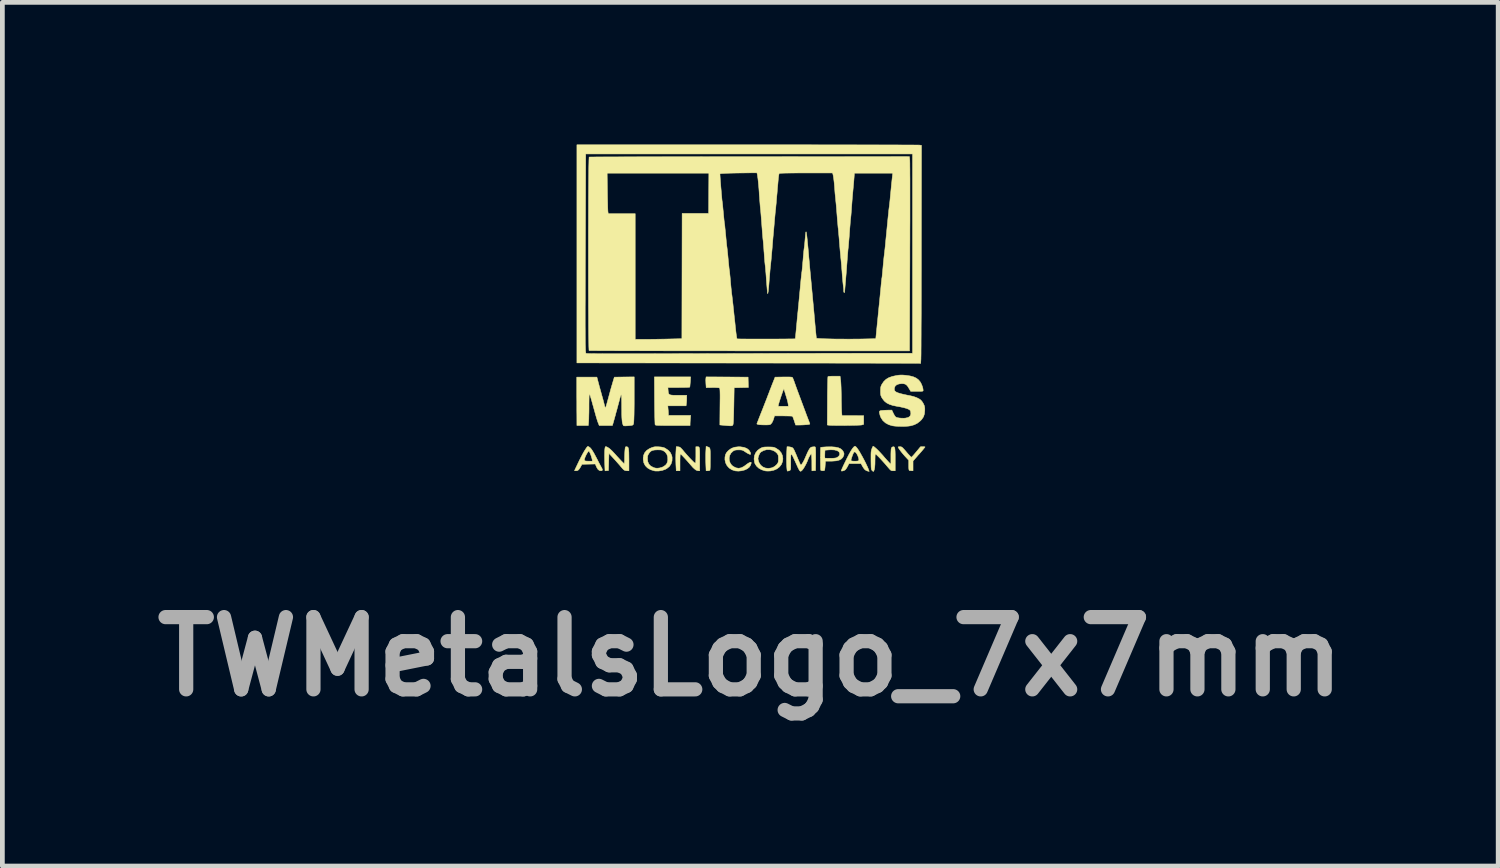
<source format=kicad_pcb>
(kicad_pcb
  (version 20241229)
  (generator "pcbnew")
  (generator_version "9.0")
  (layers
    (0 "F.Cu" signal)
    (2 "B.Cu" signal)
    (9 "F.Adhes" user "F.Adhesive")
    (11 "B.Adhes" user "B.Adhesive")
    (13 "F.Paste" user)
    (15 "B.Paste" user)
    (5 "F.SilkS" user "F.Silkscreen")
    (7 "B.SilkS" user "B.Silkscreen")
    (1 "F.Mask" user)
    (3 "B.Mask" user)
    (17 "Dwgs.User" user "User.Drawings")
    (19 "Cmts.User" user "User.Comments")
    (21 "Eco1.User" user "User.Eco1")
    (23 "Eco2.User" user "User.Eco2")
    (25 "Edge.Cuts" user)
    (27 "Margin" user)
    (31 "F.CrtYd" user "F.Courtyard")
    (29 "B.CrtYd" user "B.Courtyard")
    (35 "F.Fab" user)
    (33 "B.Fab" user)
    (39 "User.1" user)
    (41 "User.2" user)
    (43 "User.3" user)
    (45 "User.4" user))
  (footprint "TWMetalsLogo_7x7mm"
    (layer "F.Cu")
    (at 8.97 6.995)
    (property "Reference" "TWMetalsLogo_7x7mm" (at 3.81 3.81 0) (layer "F.Fab") (effects (font (size 1.524 1.524) (thickness 0.3))))
    (attr through_hole)
    (fp_poly (pts (xy 2.91 -0.617) (xy 2.928 -0.611) (xy 2.942 -0.604) (xy 2.952 -0.594) (xy 2.959 -0.579) (xy 2.963 -0.554) (xy 2.966 -0.519) (xy 2.967 -0.47) (xy 2.967 -0.405) (xy 2.967 -0.365) (xy 2.966 -0.3) (xy 2.966 -0.24) (xy 2.965 -0.19) (xy 2.963 -0.153) (xy 2.961 -0.131) (xy 2.961 -0.128) (xy 2.945 -0.115) (xy 2.916 -0.112) (xy 2.878 -0.112) (xy 2.872 -0.256) (xy 2.87 -0.321) (xy 2.87 -0.392) (xy 2.87 -0.459) (xy 2.872 -0.514) (xy 2.878 -0.628) (xy 2.91 -0.617)) (stroke (width 0.01) (type solid)) (fill yes) (layer "F.SilkS"))
    (fp_poly (pts (xy 3.321 -2.091) (xy 3.764 -2.088) (xy 3.767 -1.979) (xy 3.77 -1.87) (xy 3.62 -1.867) (xy 3.47 -1.864) (xy 3.464 -1.494) (xy 3.462 -1.406) (xy 3.46 -1.325) (xy 3.458 -1.252) (xy 3.456 -1.189) (xy 3.453 -1.14) (xy 3.45 -1.107) (xy 3.448 -1.092) (xy 3.441 -1.075) (xy 3.429 -1.065) (xy 3.41 -1.061) (xy 3.377 -1.061) (xy 3.343 -1.063) (xy 3.307 -1.066) (xy 3.262 -1.07) (xy 3.232 -1.073) (xy 3.168 -1.079) (xy 3.171 -1.464) (xy 3.172 -1.564) (xy 3.173 -1.646) (xy 3.173 -1.711) (xy 3.172 -1.762) (xy 3.171 -1.799) (xy 3.169 -1.826) (xy 3.167 -1.844) (xy 3.164 -1.854) (xy 3.16 -1.86) (xy 3.16 -1.86) (xy 3.144 -1.864) (xy 3.112 -1.866) (xy 3.069 -1.868) (xy 3.018 -1.868) (xy 3.012 -1.868) (xy 2.88 -1.866) (xy 2.874 -1.946) (xy 2.872 -1.99) (xy 2.871 -2.029) (xy 2.873 -2.058) (xy 2.873 -2.06) (xy 2.878 -2.093) (xy 3.321 -2.091)) (stroke (width 0.01) (type solid)) (fill yes) (layer "F.SilkS"))
    (fp_poly (pts (xy 5.717 -2.022) (xy 5.72 -1.987) (xy 5.723 -1.937) (xy 5.726 -1.873) (xy 5.728 -1.802) (xy 5.73 -1.726) (xy 5.731 -1.671) (xy 5.731 -1.596) (xy 5.733 -1.524) (xy 5.734 -1.458) (xy 5.736 -1.403) (xy 5.738 -1.362) (xy 5.739 -1.342) (xy 5.745 -1.276) (xy 5.974 -1.276) (xy 6.203 -1.275) (xy 6.203 -1.092) (xy 6.167 -1.08) (xy 6.15 -1.077) (xy 6.115 -1.075) (xy 6.066 -1.073) (xy 6.005 -1.071) (xy 5.937 -1.07) (xy 5.863 -1.069) (xy 5.788 -1.068) (xy 5.713 -1.068) (xy 5.643 -1.068) (xy 5.579 -1.069) (xy 5.526 -1.07) (xy 5.486 -1.072) (xy 5.463 -1.074) (xy 5.435 -1.078) (xy 5.438 -1.585) (xy 5.438 -1.684) (xy 5.439 -1.778) (xy 5.441 -1.863) (xy 5.442 -1.939) (xy 5.444 -2.002) (xy 5.445 -2.051) (xy 5.447 -2.084) (xy 5.449 -2.099) (xy 5.449 -2.1) (xy 5.462 -2.103) (xy 5.491 -2.106) (xy 5.532 -2.108) (xy 5.58 -2.108) (xy 5.705 -2.108) (xy 5.717 -2.022)) (stroke (width 0.01) (type solid)) (fill yes) (layer "F.SilkS"))
    (fp_poly (pts (xy 6.986 -0.619) (xy 7 -0.615) (xy 7.015 -0.606) (xy 7.033 -0.589) (xy 7.058 -0.562) (xy 7.093 -0.522) (xy 7.104 -0.509) (xy 7.138 -0.469) (xy 7.169 -0.436) (xy 7.192 -0.411) (xy 7.206 -0.399) (xy 7.209 -0.398) (xy 7.218 -0.405) (xy 7.238 -0.425) (xy 7.266 -0.456) (xy 7.298 -0.494) (xy 7.31 -0.508) (xy 7.402 -0.619) (xy 7.45 -0.62) (xy 7.478 -0.619) (xy 7.495 -0.617) (xy 7.498 -0.615) (xy 7.492 -0.606) (xy 7.476 -0.586) (xy 7.454 -0.559) (xy 7.428 -0.528) (xy 7.403 -0.499) (xy 7.382 -0.475) (xy 7.368 -0.459) (xy 7.366 -0.457) (xy 7.357 -0.448) (xy 7.339 -0.427) (xy 7.314 -0.398) (xy 7.302 -0.385) (xy 7.244 -0.318) (xy 7.244 -0.112) (xy 7.211 -0.113) (xy 7.184 -0.115) (xy 7.165 -0.118) (xy 7.165 -0.118) (xy 7.159 -0.129) (xy 7.155 -0.154) (xy 7.153 -0.197) (xy 7.153 -0.229) (xy 7.153 -0.334) (xy 7.075 -0.418) (xy 7.04 -0.458) (xy 7.006 -0.499) (xy 6.975 -0.539) (xy 6.95 -0.574) (xy 6.934 -0.601) (xy 6.929 -0.614) (xy 6.938 -0.618) (xy 6.961 -0.62) (xy 6.969 -0.62) (xy 6.986 -0.619)) (stroke (width 0.01) (type solid)) (fill yes) (layer "F.SilkS"))
    (fp_poly (pts (xy 2.289 -0.618) (xy 2.307 -0.615) (xy 2.323 -0.61) (xy 2.339 -0.598) (xy 2.359 -0.578) (xy 2.387 -0.547) (xy 2.415 -0.513) (xy 2.464 -0.456) (xy 2.512 -0.403) (xy 2.555 -0.357) (xy 2.593 -0.319) (xy 2.622 -0.291) (xy 2.643 -0.276) (xy 2.648 -0.274) (xy 2.654 -0.278) (xy 2.657 -0.292) (xy 2.66 -0.317) (xy 2.661 -0.357) (xy 2.662 -0.414) (xy 2.662 -0.447) (xy 2.662 -0.62) (xy 2.686 -0.62) (xy 2.704 -0.62) (xy 2.717 -0.618) (xy 2.727 -0.612) (xy 2.734 -0.6) (xy 2.739 -0.58) (xy 2.741 -0.548) (xy 2.743 -0.503) (xy 2.743 -0.443) (xy 2.743 -0.365) (xy 2.743 -0.112) (xy 2.715 -0.112) (xy 2.69 -0.116) (xy 2.663 -0.128) (xy 2.633 -0.151) (xy 2.596 -0.186) (xy 2.552 -0.236) (xy 2.535 -0.256) (xy 2.484 -0.315) (xy 2.438 -0.366) (xy 2.398 -0.409) (xy 2.366 -0.442) (xy 2.344 -0.462) (xy 2.335 -0.467) (xy 2.332 -0.458) (xy 2.33 -0.431) (xy 2.328 -0.391) (xy 2.327 -0.339) (xy 2.327 -0.29) (xy 2.327 -0.112) (xy 2.248 -0.112) (xy 2.241 -0.243) (xy 2.239 -0.309) (xy 2.238 -0.382) (xy 2.239 -0.454) (xy 2.241 -0.498) (xy 2.248 -0.621) (xy 2.289 -0.618)) (stroke (width 0.01) (type solid)) (fill yes) (layer "F.SilkS"))
    (fp_poly (pts (xy 0.767 -0.622) (xy 0.8 -0.608) (xy 0.842 -0.579) (xy 0.891 -0.534) (xy 0.939 -0.483) (xy 0.996 -0.42) (xy 1.047 -0.365) (xy 1.088 -0.321) (xy 1.12 -0.289) (xy 1.141 -0.269) (xy 1.15 -0.264) (xy 1.153 -0.274) (xy 1.156 -0.299) (xy 1.158 -0.336) (xy 1.158 -0.364) (xy 1.159 -0.419) (xy 1.161 -0.477) (xy 1.164 -0.529) (xy 1.165 -0.542) (xy 1.169 -0.581) (xy 1.173 -0.605) (xy 1.179 -0.616) (xy 1.189 -0.62) (xy 1.195 -0.62) (xy 1.211 -0.618) (xy 1.224 -0.612) (xy 1.234 -0.599) (xy 1.24 -0.577) (xy 1.245 -0.544) (xy 1.248 -0.498) (xy 1.249 -0.436) (xy 1.25 -0.356) (xy 1.25 -0.343) (xy 1.25 -0.112) (xy 1.212 -0.112) (xy 1.184 -0.114) (xy 1.162 -0.12) (xy 1.142 -0.132) (xy 1.119 -0.154) (xy 1.089 -0.189) (xy 1.081 -0.198) (xy 1.051 -0.234) (xy 1.012 -0.278) (xy 0.969 -0.327) (xy 0.927 -0.373) (xy 0.925 -0.375) (xy 0.828 -0.48) (xy 0.818 -0.117) (xy 0.781 -0.114) (xy 0.745 -0.111) (xy 0.738 -0.297) (xy 0.737 -0.362) (xy 0.736 -0.426) (xy 0.737 -0.484) (xy 0.738 -0.53) (xy 0.74 -0.554) (xy 0.744 -0.591) (xy 0.749 -0.612) (xy 0.755 -0.621) (xy 0.766 -0.622) (xy 0.767 -0.622)) (stroke (width 0.01) (type solid)) (fill yes) (layer "F.SilkS"))
    (fp_poly (pts (xy 2.545 -1.989) (xy 2.541 -1.945) (xy 2.538 -1.908) (xy 2.535 -1.884) (xy 2.533 -1.877) (xy 2.522 -1.875) (xy 2.494 -1.873) (xy 2.451 -1.871) (xy 2.397 -1.87) (xy 2.334 -1.87) (xy 2.3 -1.869) (xy 2.072 -1.869) (xy 2.077 -1.807) (xy 2.08 -1.773) (xy 2.085 -1.747) (xy 2.095 -1.729) (xy 2.113 -1.717) (xy 2.141 -1.71) (xy 2.182 -1.706) (xy 2.239 -1.705) (xy 2.295 -1.705) (xy 2.469 -1.705) (xy 2.469 -1.641) (xy 2.468 -1.598) (xy 2.465 -1.554) (xy 2.462 -1.53) (xy 2.456 -1.483) (xy 2.07 -1.483) (xy 2.076 -1.415) (xy 2.08 -1.374) (xy 2.082 -1.336) (xy 2.083 -1.313) (xy 2.083 -1.28) (xy 2.553 -1.28) (xy 2.547 -1.212) (xy 2.543 -1.169) (xy 2.541 -1.129) (xy 2.54 -1.105) (xy 2.54 -1.067) (xy 2.175 -1.067) (xy 2.079 -1.067) (xy 2.002 -1.067) (xy 1.94 -1.068) (xy 1.893 -1.069) (xy 1.858 -1.07) (xy 1.834 -1.072) (xy 1.818 -1.074) (xy 1.809 -1.078) (xy 1.804 -1.082) (xy 1.802 -1.085) (xy 1.8 -1.098) (xy 1.799 -1.13) (xy 1.797 -1.178) (xy 1.795 -1.24) (xy 1.794 -1.314) (xy 1.792 -1.399) (xy 1.791 -1.491) (xy 1.79 -1.59) (xy 1.79 -1.598) (xy 1.787 -2.093) (xy 2.552 -2.093) (xy 2.545 -1.989)) (stroke (width 0.01) (type solid)) (fill yes) (layer "F.SilkS"))
    (fp_poly (pts (xy 3.6 -0.618) (xy 3.675 -0.607) (xy 3.736 -0.584) (xy 3.781 -0.549) (xy 3.81 -0.503) (xy 3.816 -0.482) (xy 3.819 -0.463) (xy 3.812 -0.458) (xy 3.795 -0.461) (xy 3.772 -0.471) (xy 3.74 -0.488) (xy 3.706 -0.51) (xy 3.705 -0.511) (xy 3.671 -0.533) (xy 3.646 -0.545) (xy 3.62 -0.551) (xy 3.586 -0.553) (xy 3.565 -0.553) (xy 3.523 -0.552) (xy 3.493 -0.548) (xy 3.469 -0.54) (xy 3.445 -0.525) (xy 3.404 -0.486) (xy 3.377 -0.438) (xy 3.365 -0.384) (xy 3.368 -0.329) (xy 3.386 -0.276) (xy 3.418 -0.23) (xy 3.452 -0.203) (xy 3.51 -0.174) (xy 3.566 -0.165) (xy 3.622 -0.176) (xy 3.679 -0.206) (xy 3.708 -0.228) (xy 3.748 -0.258) (xy 3.783 -0.28) (xy 3.81 -0.292) (xy 3.826 -0.292) (xy 3.827 -0.292) (xy 3.83 -0.276) (xy 3.823 -0.25) (xy 3.81 -0.219) (xy 3.791 -0.192) (xy 3.789 -0.188) (xy 3.747 -0.155) (xy 3.692 -0.129) (xy 3.627 -0.112) (xy 3.559 -0.105) (xy 3.492 -0.11) (xy 3.49 -0.111) (xy 3.423 -0.133) (xy 3.365 -0.17) (xy 3.32 -0.22) (xy 3.289 -0.28) (xy 3.275 -0.346) (xy 3.276 -0.399) (xy 3.286 -0.449) (xy 3.305 -0.489) (xy 3.335 -0.525) (xy 3.357 -0.546) (xy 3.413 -0.585) (xy 3.477 -0.609) (xy 3.552 -0.618) (xy 3.6 -0.618)) (stroke (width 0.01) (type solid)) (fill yes) (layer "F.SilkS"))
    (fp_poly (pts (xy 1.857 -0.618) (xy 1.874 -0.618) (xy 1.926 -0.614) (xy 1.964 -0.607) (xy 1.997 -0.597) (xy 2.017 -0.587) (xy 2.079 -0.545) (xy 2.125 -0.494) (xy 2.153 -0.434) (xy 2.161 -0.393) (xy 2.159 -0.321) (xy 2.139 -0.257) (xy 2.102 -0.202) (xy 2.047 -0.158) (xy 2.019 -0.143) (xy 1.951 -0.119) (xy 1.878 -0.107) (xy 1.808 -0.107) (xy 1.783 -0.111) (xy 1.704 -0.136) (xy 1.641 -0.173) (xy 1.594 -0.221) (xy 1.564 -0.28) (xy 1.551 -0.349) (xy 1.551 -0.366) (xy 1.641 -0.366) (xy 1.648 -0.303) (xy 1.67 -0.253) (xy 1.707 -0.214) (xy 1.762 -0.184) (xy 1.798 -0.171) (xy 1.842 -0.166) (xy 1.894 -0.171) (xy 1.946 -0.185) (xy 1.98 -0.201) (xy 2.023 -0.232) (xy 2.05 -0.266) (xy 2.065 -0.309) (xy 2.07 -0.342) (xy 2.067 -0.408) (xy 2.048 -0.464) (xy 2.012 -0.509) (xy 1.99 -0.525) (xy 1.968 -0.539) (xy 1.947 -0.547) (xy 1.921 -0.552) (xy 1.885 -0.553) (xy 1.855 -0.554) (xy 1.795 -0.551) (xy 1.75 -0.543) (xy 1.716 -0.527) (xy 1.688 -0.501) (xy 1.669 -0.475) (xy 1.653 -0.447) (xy 1.644 -0.42) (xy 1.641 -0.384) (xy 1.641 -0.366) (xy 1.551 -0.366) (xy 1.558 -0.435) (xy 1.582 -0.492) (xy 1.623 -0.54) (xy 1.681 -0.579) (xy 1.717 -0.595) (xy 1.752 -0.608) (xy 1.782 -0.616) (xy 1.814 -0.619) (xy 1.857 -0.618)) (stroke (width 0.01) (type solid)) (fill yes) (layer "F.SilkS"))
    (fp_poly (pts (xy 6.037 -0.621) (xy 6.061 -0.594) (xy 6.091 -0.552) (xy 6.126 -0.495) (xy 6.166 -0.424) (xy 6.173 -0.412) (xy 6.214 -0.335) (xy 6.246 -0.272) (xy 6.27 -0.221) (xy 6.289 -0.179) (xy 6.304 -0.142) (xy 6.305 -0.138) (xy 6.32 -0.099) (xy 6.289 -0.105) (xy 6.253 -0.118) (xy 6.222 -0.142) (xy 6.193 -0.181) (xy 6.179 -0.205) (xy 6.146 -0.264) (xy 5.893 -0.264) (xy 5.862 -0.203) (xy 5.843 -0.17) (xy 5.823 -0.142) (xy 5.809 -0.128) (xy 5.784 -0.116) (xy 5.758 -0.108) (xy 5.738 -0.106) (xy 5.73 -0.11) (xy 5.733 -0.123) (xy 5.741 -0.145) (xy 5.756 -0.179) (xy 5.777 -0.225) (xy 5.807 -0.287) (xy 5.827 -0.328) (xy 5.934 -0.328) (xy 5.943 -0.322) (xy 5.966 -0.317) (xy 5.998 -0.315) (xy 6.033 -0.315) (xy 6.065 -0.317) (xy 6.089 -0.321) (xy 6.094 -0.324) (xy 6.101 -0.339) (xy 6.099 -0.367) (xy 6.089 -0.401) (xy 6.075 -0.437) (xy 6.057 -0.47) (xy 6.038 -0.496) (xy 6.022 -0.507) (xy 6.007 -0.51) (xy 5.996 -0.501) (xy 5.983 -0.478) (xy 5.981 -0.474) (xy 5.966 -0.438) (xy 5.952 -0.398) (xy 5.941 -0.362) (xy 5.934 -0.334) (xy 5.934 -0.328) (xy 5.827 -0.328) (xy 5.845 -0.365) (xy 5.85 -0.376) (xy 5.895 -0.463) (xy 5.934 -0.532) (xy 5.967 -0.583) (xy 5.995 -0.616) (xy 6.016 -0.629) (xy 6.02 -0.63) (xy 6.037 -0.621)) (stroke (width 0.01) (type solid)) (fill yes) (layer "F.SilkS"))
    (fp_poly (pts (xy 0.397 -0.623) (xy 0.419 -0.608) (xy 0.434 -0.596) (xy 0.454 -0.573) (xy 0.478 -0.538) (xy 0.508 -0.489) (xy 0.543 -0.424) (xy 0.564 -0.384) (xy 0.593 -0.328) (xy 0.62 -0.275) (xy 0.644 -0.23) (xy 0.662 -0.197) (xy 0.672 -0.178) (xy 0.672 -0.178) (xy 0.689 -0.145) (xy 0.689 -0.124) (xy 0.674 -0.113) (xy 0.657 -0.112) (xy 0.625 -0.119) (xy 0.597 -0.141) (xy 0.572 -0.18) (xy 0.56 -0.206) (xy 0.539 -0.255) (xy 0.399 -0.252) (xy 0.259 -0.249) (xy 0.234 -0.202) (xy 0.208 -0.158) (xy 0.185 -0.13) (xy 0.162 -0.116) (xy 0.136 -0.112) (xy 0.113 -0.113) (xy 0.102 -0.115) (xy 0.102 -0.116) (xy 0.106 -0.125) (xy 0.118 -0.151) (xy 0.136 -0.189) (xy 0.159 -0.237) (xy 0.185 -0.292) (xy 0.192 -0.306) (xy 0.206 -0.334) (xy 0.31 -0.334) (xy 0.322 -0.322) (xy 0.347 -0.317) (xy 0.388 -0.315) (xy 0.405 -0.315) (xy 0.48 -0.315) (xy 0.473 -0.353) (xy 0.466 -0.382) (xy 0.455 -0.418) (xy 0.442 -0.456) (xy 0.427 -0.49) (xy 0.415 -0.515) (xy 0.406 -0.528) (xy 0.405 -0.528) (xy 0.393 -0.52) (xy 0.376 -0.497) (xy 0.357 -0.466) (xy 0.339 -0.431) (xy 0.324 -0.396) (xy 0.319 -0.383) (xy 0.311 -0.353) (xy 0.31 -0.334) (xy 0.206 -0.334) (xy 0.233 -0.388) (xy 0.271 -0.461) (xy 0.306 -0.523) (xy 0.337 -0.572) (xy 0.361 -0.607) (xy 0.379 -0.625) (xy 0.383 -0.627) (xy 0.397 -0.623)) (stroke (width 0.01) (type solid)) (fill yes) (layer "F.SilkS"))
    (fp_poly (pts (xy 5.602 -0.612) (xy 5.665 -0.599) (xy 5.714 -0.578) (xy 5.75 -0.548) (xy 5.77 -0.52) (xy 5.784 -0.49) (xy 5.788 -0.468) (xy 5.784 -0.444) (xy 5.783 -0.438) (xy 5.762 -0.394) (xy 5.73 -0.361) (xy 5.685 -0.337) (xy 5.624 -0.322) (xy 5.546 -0.316) (xy 5.511 -0.315) (xy 5.397 -0.315) (xy 5.39 -0.226) (xy 5.387 -0.184) (xy 5.383 -0.15) (xy 5.38 -0.128) (xy 5.379 -0.124) (xy 5.367 -0.116) (xy 5.344 -0.112) (xy 5.319 -0.114) (xy 5.3 -0.121) (xy 5.297 -0.124) (xy 5.295 -0.137) (xy 5.293 -0.167) (xy 5.292 -0.21) (xy 5.291 -0.262) (xy 5.29 -0.321) (xy 5.29 -0.382) (xy 5.29 -0.427) (xy 5.382 -0.427) (xy 5.382 -0.397) (xy 5.383 -0.381) (xy 5.384 -0.38) (xy 5.395 -0.378) (xy 5.422 -0.377) (xy 5.461 -0.376) (xy 5.499 -0.376) (xy 5.56 -0.377) (xy 5.603 -0.381) (xy 5.632 -0.388) (xy 5.639 -0.391) (xy 5.675 -0.417) (xy 5.695 -0.448) (xy 5.697 -0.481) (xy 5.681 -0.512) (xy 5.675 -0.518) (xy 5.638 -0.539) (xy 5.584 -0.552) (xy 5.514 -0.555) (xy 5.469 -0.553) (xy 5.386 -0.546) (xy 5.383 -0.465) (xy 5.382 -0.427) (xy 5.29 -0.427) (xy 5.29 -0.442) (xy 5.291 -0.497) (xy 5.292 -0.545) (xy 5.293 -0.581) (xy 5.295 -0.602) (xy 5.296 -0.606) (xy 5.308 -0.608) (xy 5.336 -0.611) (xy 5.376 -0.614) (xy 5.424 -0.617) (xy 5.427 -0.617) (xy 5.524 -0.618) (xy 5.602 -0.612)) (stroke (width 0.01) (type solid)) (fill yes) (layer "F.SilkS"))
    (fp_poly (pts (xy 4.242 -0.614) (xy 4.278 -0.612) (xy 4.305 -0.608) (xy 4.328 -0.6) (xy 4.353 -0.588) (xy 4.355 -0.587) (xy 4.417 -0.545) (xy 4.462 -0.492) (xy 4.489 -0.432) (xy 4.498 -0.365) (xy 4.491 -0.309) (xy 4.468 -0.248) (xy 4.427 -0.195) (xy 4.373 -0.153) (xy 4.307 -0.124) (xy 4.233 -0.108) (xy 4.224 -0.108) (xy 4.183 -0.106) (xy 4.142 -0.108) (xy 4.12 -0.111) (xy 4.049 -0.134) (xy 3.988 -0.168) (xy 3.941 -0.212) (xy 3.909 -0.262) (xy 3.902 -0.283) (xy 3.89 -0.358) (xy 3.891 -0.369) (xy 3.973 -0.369) (xy 3.977 -0.341) (xy 3.987 -0.305) (xy 3.997 -0.281) (xy 4.029 -0.231) (xy 4.075 -0.193) (xy 4.13 -0.17) (xy 4.191 -0.163) (xy 4.254 -0.172) (xy 4.293 -0.186) (xy 4.333 -0.211) (xy 4.368 -0.243) (xy 4.374 -0.25) (xy 4.39 -0.273) (xy 4.399 -0.294) (xy 4.403 -0.32) (xy 4.404 -0.359) (xy 4.404 -0.366) (xy 4.403 -0.407) (xy 4.4 -0.435) (xy 4.391 -0.456) (xy 4.377 -0.478) (xy 4.377 -0.478) (xy 4.334 -0.518) (xy 4.28 -0.545) (xy 4.219 -0.558) (xy 4.155 -0.557) (xy 4.094 -0.541) (xy 4.038 -0.51) (xy 4.031 -0.505) (xy 4.012 -0.482) (xy 3.994 -0.446) (xy 3.98 -0.407) (xy 3.973 -0.373) (xy 3.973 -0.369) (xy 3.891 -0.369) (xy 3.897 -0.427) (xy 3.923 -0.49) (xy 3.965 -0.543) (xy 4.024 -0.586) (xy 4.027 -0.587) (xy 4.052 -0.599) (xy 4.075 -0.607) (xy 4.101 -0.612) (xy 4.136 -0.614) (xy 4.186 -0.615) (xy 4.191 -0.615) (xy 4.242 -0.614)) (stroke (width 0.01) (type solid)) (fill yes) (layer "F.SilkS"))
    (fp_poly (pts (xy 6.417 -0.623) (xy 6.443 -0.602) (xy 6.477 -0.572) (xy 6.517 -0.533) (xy 6.559 -0.488) (xy 6.602 -0.441) (xy 6.616 -0.425) (xy 6.653 -0.381) (xy 6.689 -0.341) (xy 6.719 -0.308) (xy 6.741 -0.285) (xy 6.745 -0.28) (xy 6.777 -0.25) (xy 6.777 -0.398) (xy 6.777 -0.469) (xy 6.779 -0.523) (xy 6.781 -0.561) (xy 6.786 -0.587) (xy 6.794 -0.603) (xy 6.804 -0.612) (xy 6.815 -0.616) (xy 6.831 -0.619) (xy 6.843 -0.617) (xy 6.852 -0.608) (xy 6.859 -0.589) (xy 6.863 -0.56) (xy 6.866 -0.518) (xy 6.868 -0.46) (xy 6.868 -0.385) (xy 6.868 -0.349) (xy 6.868 -0.112) (xy 6.823 -0.112) (xy 6.805 -0.112) (xy 6.79 -0.115) (xy 6.775 -0.123) (xy 6.757 -0.139) (xy 6.734 -0.165) (xy 6.701 -0.203) (xy 6.69 -0.216) (xy 6.65 -0.263) (xy 6.607 -0.311) (xy 6.566 -0.356) (xy 6.527 -0.397) (xy 6.493 -0.43) (xy 6.468 -0.455) (xy 6.452 -0.466) (xy 6.45 -0.467) (xy 6.447 -0.458) (xy 6.444 -0.432) (xy 6.443 -0.393) (xy 6.442 -0.345) (xy 6.442 -0.332) (xy 6.441 -0.253) (xy 6.436 -0.187) (xy 6.427 -0.137) (xy 6.415 -0.105) (xy 6.411 -0.099) (xy 6.401 -0.1) (xy 6.384 -0.113) (xy 6.382 -0.115) (xy 6.374 -0.125) (xy 6.368 -0.136) (xy 6.364 -0.151) (xy 6.361 -0.174) (xy 6.359 -0.208) (xy 6.358 -0.255) (xy 6.357 -0.319) (xy 6.357 -0.332) (xy 6.357 -0.401) (xy 6.357 -0.454) (xy 6.358 -0.493) (xy 6.361 -0.523) (xy 6.366 -0.547) (xy 6.372 -0.568) (xy 6.375 -0.577) (xy 6.387 -0.606) (xy 6.397 -0.625) (xy 6.402 -0.63) (xy 6.417 -0.623)) (stroke (width 0.01) (type solid)) (fill yes) (layer "F.SilkS"))
    (fp_poly (pts (xy 4.617 -0.619) (xy 4.649 -0.615) (xy 4.683 -0.606) (xy 4.683 -0.606) (xy 4.695 -0.601) (xy 4.705 -0.595) (xy 4.714 -0.585) (xy 4.725 -0.569) (xy 4.738 -0.544) (xy 4.754 -0.508) (xy 4.775 -0.46) (xy 4.802 -0.395) (xy 4.812 -0.371) (xy 4.836 -0.315) (xy 4.853 -0.275) (xy 4.866 -0.25) (xy 4.874 -0.237) (xy 4.879 -0.234) (xy 4.89 -0.242) (xy 4.906 -0.265) (xy 4.926 -0.297) (xy 4.946 -0.335) (xy 4.964 -0.374) (xy 4.965 -0.376) (xy 4.996 -0.448) (xy 5.021 -0.504) (xy 5.042 -0.545) (xy 5.059 -0.574) (xy 5.075 -0.594) (xy 5.09 -0.606) (xy 5.107 -0.613) (xy 5.128 -0.616) (xy 5.134 -0.617) (xy 5.163 -0.619) (xy 5.178 -0.616) (xy 5.185 -0.605) (xy 5.186 -0.598) (xy 5.188 -0.581) (xy 5.189 -0.547) (xy 5.19 -0.5) (xy 5.19 -0.441) (xy 5.19 -0.376) (xy 5.19 -0.345) (xy 5.187 -0.117) (xy 5.11 -0.111) (xy 5.109 -0.266) (xy 5.109 -0.322) (xy 5.107 -0.373) (xy 5.105 -0.414) (xy 5.103 -0.44) (xy 5.101 -0.447) (xy 5.095 -0.472) (xy 5.072 -0.44) (xy 5.053 -0.407) (xy 5.036 -0.372) (xy 5.035 -0.369) (xy 5.011 -0.307) (xy 4.983 -0.248) (xy 4.954 -0.195) (xy 4.926 -0.151) (xy 4.901 -0.12) (xy 4.879 -0.103) (xy 4.872 -0.102) (xy 4.861 -0.106) (xy 4.848 -0.12) (xy 4.833 -0.146) (xy 4.812 -0.188) (xy 4.796 -0.224) (xy 4.759 -0.306) (xy 4.73 -0.37) (xy 4.708 -0.417) (xy 4.691 -0.447) (xy 4.679 -0.46) (xy 4.671 -0.457) (xy 4.667 -0.44) (xy 4.665 -0.407) (xy 4.664 -0.36) (xy 4.664 -0.303) (xy 4.664 -0.238) (xy 4.663 -0.191) (xy 4.662 -0.159) (xy 4.658 -0.137) (xy 4.651 -0.124) (xy 4.64 -0.117) (xy 4.624 -0.112) (xy 4.602 -0.106) (xy 4.601 -0.106) (xy 4.594 -0.106) (xy 4.589 -0.114) (xy 4.585 -0.133) (xy 4.582 -0.166) (xy 4.578 -0.216) (xy 4.578 -0.223) (xy 4.576 -0.284) (xy 4.575 -0.355) (xy 4.576 -0.427) (xy 4.578 -0.482) (xy 4.585 -0.62) (xy 4.617 -0.619)) (stroke (width 0.01) (type solid)) (fill yes) (layer "F.SilkS"))
    (fp_poly (pts (xy 4.632 -2.091) (xy 4.668 -2.089) (xy 4.69 -2.086) (xy 4.7 -2.081) (xy 4.701 -2.08) (xy 4.708 -2.066) (xy 4.72 -2.037) (xy 4.735 -1.998) (xy 4.744 -1.971) (xy 4.757 -1.936) (xy 4.775 -1.885) (xy 4.798 -1.822) (xy 4.825 -1.749) (xy 4.855 -1.669) (xy 4.886 -1.586) (xy 4.917 -1.503) (xy 4.947 -1.422) (xy 4.975 -1.348) (xy 4.999 -1.282) (xy 5.02 -1.229) (xy 5.031 -1.199) (xy 5.046 -1.161) (xy 5.058 -1.129) (xy 5.066 -1.109) (xy 5.066 -1.106) (xy 5.066 -1.098) (xy 5.056 -1.092) (xy 5.033 -1.088) (xy 4.994 -1.084) (xy 4.987 -1.084) (xy 4.936 -1.08) (xy 4.882 -1.078) (xy 4.837 -1.077) (xy 4.835 -1.077) (xy 4.767 -1.077) (xy 4.738 -1.166) (xy 4.724 -1.206) (xy 4.712 -1.238) (xy 4.702 -1.258) (xy 4.699 -1.262) (xy 4.686 -1.265) (xy 4.656 -1.267) (xy 4.613 -1.268) (xy 4.559 -1.269) (xy 4.505 -1.27) (xy 4.32 -1.27) (xy 4.309 -1.227) (xy 4.292 -1.177) (xy 4.272 -1.134) (xy 4.249 -1.103) (xy 4.227 -1.086) (xy 4.226 -1.086) (xy 4.201 -1.082) (xy 4.162 -1.08) (xy 4.115 -1.08) (xy 4.065 -1.081) (xy 4.02 -1.083) (xy 3.993 -1.086) (xy 3.966 -1.092) (xy 3.951 -1.099) (xy 3.949 -1.102) (xy 3.953 -1.114) (xy 3.964 -1.142) (xy 3.98 -1.184) (xy 4.001 -1.237) (xy 4.025 -1.299) (xy 4.052 -1.366) (xy 4.052 -1.367) (xy 4.081 -1.439) (xy 4.094 -1.473) (xy 4.398 -1.473) (xy 4.615 -1.473) (xy 4.609 -1.519) (xy 4.602 -1.559) (xy 4.592 -1.601) (xy 4.588 -1.613) (xy 4.579 -1.645) (xy 4.565 -1.689) (xy 4.551 -1.737) (xy 4.546 -1.752) (xy 4.519 -1.843) (xy 4.504 -1.808) (xy 4.493 -1.78) (xy 4.479 -1.739) (xy 4.462 -1.69) (xy 4.445 -1.638) (xy 4.428 -1.587) (xy 4.415 -1.544) (xy 4.406 -1.513) (xy 4.405 -1.506) (xy 4.398 -1.473) (xy 4.094 -1.473) (xy 4.109 -1.511) (xy 4.135 -1.578) (xy 4.158 -1.636) (xy 4.175 -1.682) (xy 4.185 -1.707) (xy 4.211 -1.775) (xy 4.231 -1.829) (xy 4.25 -1.876) (xy 4.267 -1.921) (xy 4.287 -1.971) (xy 4.295 -1.991) (xy 4.333 -2.088) (xy 4.512 -2.091) (xy 4.581 -2.091) (xy 4.632 -2.091)) (stroke (width 0.01) (type solid)) (fill yes) (layer "F.SilkS"))
    (fp_poly (pts (xy 1.361 -1.709) (xy 1.361 -1.616) (xy 1.361 -1.525) (xy 1.36 -1.437) (xy 1.359 -1.358) (xy 1.358 -1.289) (xy 1.356 -1.235) (xy 1.355 -1.201) (xy 1.352 -1.148) (xy 1.349 -1.112) (xy 1.342 -1.089) (xy 1.328 -1.076) (xy 1.303 -1.069) (xy 1.264 -1.065) (xy 1.218 -1.061) (xy 1.171 -1.059) (xy 1.142 -1.061) (xy 1.134 -1.065) (xy 1.123 -1.086) (xy 1.115 -1.111) (xy 1.108 -1.144) (xy 1.104 -1.185) (xy 1.1 -1.239) (xy 1.098 -1.307) (xy 1.098 -1.391) (xy 1.097 -1.445) (xy 1.097 -1.519) (xy 1.096 -1.584) (xy 1.095 -1.639) (xy 1.093 -1.682) (xy 1.091 -1.708) (xy 1.088 -1.717) (xy 1.082 -1.708) (xy 1.072 -1.684) (xy 1.061 -1.649) (xy 1.057 -1.633) (xy 1.044 -1.582) (xy 1.029 -1.528) (xy 1.016 -1.48) (xy 1.016 -1.478) (xy 1.005 -1.438) (xy 0.991 -1.386) (xy 0.975 -1.33) (xy 0.965 -1.29) (xy 0.95 -1.238) (xy 0.936 -1.187) (xy 0.924 -1.144) (xy 0.917 -1.12) (xy 0.901 -1.067) (xy 0.623 -1.067) (xy 0.602 -1.12) (xy 0.595 -1.137) (xy 0.588 -1.157) (xy 0.58 -1.182) (xy 0.57 -1.214) (xy 0.558 -1.254) (xy 0.543 -1.306) (xy 0.525 -1.371) (xy 0.503 -1.451) (xy 0.475 -1.549) (xy 0.474 -1.555) (xy 0.455 -1.622) (xy 0.44 -1.673) (xy 0.429 -1.707) (xy 0.421 -1.722) (xy 0.415 -1.72) (xy 0.411 -1.7) (xy 0.409 -1.661) (xy 0.408 -1.602) (xy 0.407 -1.524) (xy 0.407 -1.494) (xy 0.407 -1.417) (xy 0.406 -1.343) (xy 0.404 -1.275) (xy 0.403 -1.216) (xy 0.401 -1.171) (xy 0.4 -1.151) (xy 0.393 -1.067) (xy 0.152 -1.067) (xy 0.151 -1.298) (xy 0.15 -1.376) (xy 0.15 -1.469) (xy 0.15 -1.568) (xy 0.149 -1.669) (xy 0.149 -1.764) (xy 0.149 -1.808) (xy 0.149 -2.088) (xy 0.574 -2.088) (xy 0.586 -2.042) (xy 0.594 -2.012) (xy 0.606 -1.966) (xy 0.621 -1.91) (xy 0.638 -1.848) (xy 0.656 -1.784) (xy 0.672 -1.724) (xy 0.687 -1.671) (xy 0.693 -1.651) (xy 0.706 -1.603) (xy 0.72 -1.55) (xy 0.729 -1.514) (xy 0.739 -1.475) (xy 0.746 -1.453) (xy 0.75 -1.443) (xy 0.755 -1.442) (xy 0.757 -1.444) (xy 0.761 -1.455) (xy 0.77 -1.482) (xy 0.783 -1.526) (xy 0.8 -1.588) (xy 0.822 -1.668) (xy 0.849 -1.767) (xy 0.853 -1.783) (xy 0.869 -1.842) (xy 0.887 -1.904) (xy 0.904 -1.962) (xy 0.914 -1.996) (xy 0.942 -2.088) (xy 1.152 -2.091) (xy 1.361 -2.093) (xy 1.361 -1.709)) (stroke (width 0.01) (type solid)) (fill yes) (layer "F.SilkS"))
    (fp_poly (pts (xy 7.024 -2.132) (xy 7.075 -2.128) (xy 7.094 -2.126) (xy 7.182 -2.113) (xy 7.253 -2.094) (xy 7.31 -2.068) (xy 7.356 -2.034) (xy 7.394 -1.99) (xy 7.396 -1.987) (xy 7.417 -1.949) (xy 7.437 -1.902) (xy 7.451 -1.856) (xy 7.457 -1.817) (xy 7.457 -1.812) (xy 7.457 -1.802) (xy 7.453 -1.796) (xy 7.442 -1.791) (xy 7.422 -1.789) (xy 7.388 -1.788) (xy 7.338 -1.788) (xy 7.326 -1.788) (xy 7.195 -1.788) (xy 7.164 -1.841) (xy 7.135 -1.889) (xy 7.109 -1.92) (xy 7.082 -1.939) (xy 7.05 -1.948) (xy 7.009 -1.951) (xy 7.007 -1.951) (xy 6.946 -1.944) (xy 6.898 -1.926) (xy 6.866 -1.897) (xy 6.851 -1.857) (xy 6.85 -1.829) (xy 6.855 -1.804) (xy 6.87 -1.786) (xy 6.893 -1.771) (xy 6.926 -1.757) (xy 6.977 -1.741) (xy 7.041 -1.725) (xy 7.116 -1.709) (xy 7.183 -1.696) (xy 7.251 -1.68) (xy 7.317 -1.657) (xy 7.373 -1.629) (xy 7.399 -1.611) (xy 7.423 -1.588) (xy 7.448 -1.554) (xy 7.463 -1.527) (xy 7.479 -1.493) (xy 7.488 -1.463) (xy 7.492 -1.429) (xy 7.492 -1.387) (xy 7.485 -1.313) (xy 7.464 -1.25) (xy 7.426 -1.194) (xy 7.393 -1.161) (xy 7.334 -1.115) (xy 7.27 -1.083) (xy 7.195 -1.061) (xy 7.144 -1.054) (xy 7.079 -1.049) (xy 7.007 -1.048) (xy 6.934 -1.05) (xy 6.866 -1.054) (xy 6.811 -1.061) (xy 6.731 -1.085) (xy 6.663 -1.122) (xy 6.607 -1.172) (xy 6.567 -1.233) (xy 6.549 -1.278) (xy 6.538 -1.323) (xy 6.533 -1.352) (xy 6.538 -1.37) (xy 6.553 -1.379) (xy 6.58 -1.384) (xy 6.595 -1.385) (xy 6.641 -1.389) (xy 6.693 -1.391) (xy 6.727 -1.392) (xy 6.797 -1.392) (xy 6.828 -1.326) (xy 6.847 -1.29) (xy 6.866 -1.261) (xy 6.882 -1.245) (xy 6.882 -1.245) (xy 6.909 -1.234) (xy 6.951 -1.226) (xy 7 -1.222) (xy 7.051 -1.221) (xy 7.086 -1.224) (xy 7.139 -1.236) (xy 7.174 -1.257) (xy 7.193 -1.288) (xy 7.198 -1.324) (xy 7.192 -1.368) (xy 7.179 -1.391) (xy 7.153 -1.409) (xy 7.107 -1.428) (xy 7.045 -1.445) (xy 6.967 -1.462) (xy 6.908 -1.472) (xy 6.819 -1.49) (xy 6.746 -1.514) (xy 6.687 -1.544) (xy 6.639 -1.583) (xy 6.6 -1.633) (xy 6.586 -1.654) (xy 6.573 -1.68) (xy 6.564 -1.703) (xy 6.56 -1.731) (xy 6.558 -1.77) (xy 6.558 -1.793) (xy 6.559 -1.84) (xy 6.562 -1.873) (xy 6.569 -1.899) (xy 6.581 -1.925) (xy 6.587 -1.937) (xy 6.627 -1.996) (xy 6.675 -2.042) (xy 6.734 -2.077) (xy 6.807 -2.103) (xy 6.885 -2.12) (xy 6.939 -2.129) (xy 6.982 -2.132) (xy 7.024 -2.132)) (stroke (width 0.01) (type solid)) (fill yes) (layer "F.SilkS"))
    (fp_poly (pts (xy 3.752 -6.99) (xy 4.021 -6.99) (xy 4.286 -6.99) (xy 4.544 -6.99) (xy 4.797 -6.99) (xy 5.042 -6.99) (xy 5.279 -6.989) (xy 5.507 -6.989) (xy 5.726 -6.989) (xy 5.934 -6.989) (xy 6.132 -6.988) (xy 6.318 -6.988) (xy 6.492 -6.988) (xy 6.652 -6.987) (xy 6.799 -6.987) (xy 6.931 -6.987) (xy 7.048 -6.986) (xy 7.149 -6.986) (xy 7.233 -6.986) (xy 7.299 -6.985) (xy 7.348 -6.985) (xy 7.377 -6.984) (xy 7.386 -6.984) (xy 7.422 -6.978) (xy 7.419 -4.772) (xy 7.419 -4.56) (xy 7.419 -4.353) (xy 7.418 -4.152) (xy 7.418 -3.957) (xy 7.418 -3.77) (xy 7.417 -3.591) (xy 7.417 -3.422) (xy 7.416 -3.264) (xy 7.415 -3.117) (xy 7.415 -2.982) (xy 7.414 -2.861) (xy 7.414 -2.755) (xy 7.413 -2.663) (xy 7.413 -2.588) (xy 7.412 -2.531) (xy 7.411 -2.492) (xy 7.411 -2.472) (xy 7.411 -2.471) (xy 7.405 -2.377) (xy 7.373 -2.38) (xy 7.36 -2.38) (xy 7.328 -2.38) (xy 7.277 -2.381) (xy 7.208 -2.381) (xy 7.122 -2.381) (xy 7.019 -2.381) (xy 6.9 -2.382) (xy 6.765 -2.382) (xy 6.617 -2.382) (xy 6.454 -2.382) (xy 6.279 -2.383) (xy 6.091 -2.383) (xy 5.892 -2.383) (xy 5.682 -2.383) (xy 5.462 -2.384) (xy 5.233 -2.384) (xy 4.994 -2.384) (xy 4.749 -2.384) (xy 4.495 -2.384) (xy 4.236 -2.385) (xy 3.971 -2.385) (xy 3.747 -2.385) (xy 0.152 -2.388) (xy 0.152 -3.417) (xy 0.327 -3.417) (xy 0.327 -3.287) (xy 0.327 -3.171) (xy 0.328 -3.068) (xy 0.328 -2.978) (xy 0.329 -2.9) (xy 0.329 -2.832) (xy 0.33 -2.775) (xy 0.332 -2.727) (xy 0.333 -2.687) (xy 0.334 -2.655) (xy 0.336 -2.631) (xy 0.338 -2.612) (xy 0.34 -2.599) (xy 0.341 -2.592) (xy 0.344 -2.59) (xy 0.351 -2.589) (xy 0.364 -2.587) (xy 0.382 -2.586) (xy 0.408 -2.585) (xy 0.441 -2.584) (xy 0.482 -2.583) (xy 0.532 -2.583) (xy 0.591 -2.582) (xy 0.661 -2.582) (xy 0.742 -2.581) (xy 0.835 -2.581) (xy 0.94 -2.581) (xy 1.059 -2.581) (xy 1.191 -2.581) (xy 1.339 -2.581) (xy 1.501 -2.581) (xy 1.68 -2.581) (xy 1.876 -2.582) (xy 2.089 -2.582) (xy 2.32 -2.583) (xy 2.57 -2.583) (xy 2.801 -2.584) (xy 3.038 -2.585) (xy 3.277 -2.585) (xy 3.518 -2.586) (xy 3.758 -2.586) (xy 3.997 -2.587) (xy 4.233 -2.588) (xy 4.464 -2.588) (xy 4.69 -2.589) (xy 4.908 -2.589) (xy 5.118 -2.589) (xy 5.317 -2.59) (xy 5.505 -2.59) (xy 5.68 -2.59) (xy 5.841 -2.59) (xy 5.985 -2.591) (xy 6.113 -2.591) (xy 6.222 -2.591) (xy 6.245 -2.591) (xy 7.234 -2.591) (xy 7.234 -6.797) (xy 0.338 -6.797) (xy 0.331 -4.787) (xy 0.33 -4.536) (xy 0.329 -4.306) (xy 0.329 -4.094) (xy 0.328 -3.899) (xy 0.328 -3.723) (xy 0.327 -3.562) (xy 0.327 -3.417) (xy 0.152 -3.417) (xy 0.152 -6.99) (xy 3.752 -6.99)) (stroke (width 0.01) (type solid)) (fill yes) (layer "F.SilkS"))
    (fp_poly (pts (xy 7.176 -6.655) (xy 7.176 -6.636) (xy 7.177 -6.598) (xy 7.177 -6.541) (xy 7.178 -6.468) (xy 7.178 -6.378) (xy 7.179 -6.273) (xy 7.179 -6.154) (xy 7.179 -6.022) (xy 7.179 -5.878) (xy 7.179 -5.723) (xy 7.179 -5.558) (xy 7.179 -5.384) (xy 7.178 -5.202) (xy 7.178 -5.013) (xy 7.177 -4.819) (xy 7.177 -4.62) (xy 7.177 -4.605) (xy 7.17 -2.642) (xy 3.796 -2.642) (xy 3.535 -2.642) (xy 3.28 -2.643) (xy 3.03 -2.643) (xy 2.787 -2.643) (xy 2.552 -2.643) (xy 2.325 -2.643) (xy 2.106 -2.643) (xy 1.898 -2.644) (xy 1.7 -2.644) (xy 1.513 -2.644) (xy 1.338 -2.645) (xy 1.175 -2.645) (xy 1.026 -2.645) (xy 0.892 -2.646) (xy 0.772 -2.646) (xy 0.668 -2.646) (xy 0.58 -2.647) (xy 0.51 -2.647) (xy 0.457 -2.647) (xy 0.424 -2.648) (xy 0.409 -2.648) (xy 0.409 -2.648) (xy 0.407 -2.659) (xy 0.406 -2.689) (xy 0.404 -2.737) (xy 0.403 -2.801) (xy 0.402 -2.881) (xy 0.4 -2.976) (xy 0.399 -3.084) (xy 0.398 -3.204) (xy 0.398 -3.335) (xy 0.397 -3.476) (xy 0.396 -3.625) (xy 0.396 -3.782) (xy 0.395 -3.945) (xy 0.395 -4.113) (xy 0.395 -4.284) (xy 0.395 -4.459) (xy 0.395 -4.635) (xy 0.395 -4.812) (xy 0.395 -4.987) (xy 0.395 -5.161) (xy 0.396 -5.332) (xy 0.396 -5.498) (xy 0.397 -5.659) (xy 0.397 -5.813) (xy 0.398 -5.959) (xy 0.399 -6.096) (xy 0.4 -6.223) (xy 0.401 -6.339) (xy 0.402 -6.391) (xy 0.79 -6.391) (xy 0.796 -5.997) (xy 0.797 -5.908) (xy 0.799 -5.825) (xy 0.801 -5.749) (xy 0.802 -5.683) (xy 0.804 -5.63) (xy 0.806 -5.592) (xy 0.808 -5.572) (xy 0.808 -5.57) (xy 0.815 -5.537) (xy 1.382 -5.537) (xy 1.382 -2.885) (xy 1.568 -2.885) (xy 1.629 -2.886) (xy 1.706 -2.886) (xy 1.793 -2.887) (xy 1.885 -2.889) (xy 1.978 -2.89) (xy 2.061 -2.892) (xy 2.367 -2.899) (xy 2.372 -5.542) (xy 2.931 -5.542) (xy 2.936 -6.374) (xy 3.17 -6.374) (xy 3.171 -6.356) (xy 3.173 -6.323) (xy 3.176 -6.276) (xy 3.18 -6.22) (xy 3.185 -6.158) (xy 3.19 -6.093) (xy 3.196 -6.027) (xy 3.201 -5.965) (xy 3.206 -5.91) (xy 3.21 -5.864) (xy 3.213 -5.831) (xy 3.215 -5.813) (xy 3.215 -5.812) (xy 3.217 -5.8) (xy 3.221 -5.771) (xy 3.226 -5.728) (xy 3.231 -5.674) (xy 3.237 -5.61) (xy 3.241 -5.572) (xy 3.247 -5.505) (xy 3.253 -5.444) (xy 3.258 -5.392) (xy 3.263 -5.353) (xy 3.266 -5.329) (xy 3.267 -5.324) (xy 3.269 -5.31) (xy 3.273 -5.278) (xy 3.277 -5.233) (xy 3.283 -5.177) (xy 3.289 -5.113) (xy 3.292 -5.085) (xy 3.298 -5.019) (xy 3.304 -4.958) (xy 3.309 -4.907) (xy 3.313 -4.868) (xy 3.316 -4.844) (xy 3.317 -4.84) (xy 3.319 -4.824) (xy 3.323 -4.791) (xy 3.328 -4.744) (xy 3.334 -4.687) (xy 3.34 -4.622) (xy 3.343 -4.591) (xy 3.349 -4.525) (xy 3.355 -4.465) (xy 3.36 -4.415) (xy 3.364 -4.377) (xy 3.367 -4.355) (xy 3.368 -4.351) (xy 3.37 -4.338) (xy 3.374 -4.307) (xy 3.378 -4.262) (xy 3.384 -4.206) (xy 3.39 -4.142) (xy 3.393 -4.102) (xy 3.399 -4.034) (xy 3.405 -3.971) (xy 3.411 -3.916) (xy 3.415 -3.874) (xy 3.418 -3.847) (xy 3.419 -3.84) (xy 3.422 -3.823) (xy 3.426 -3.789) (xy 3.432 -3.741) (xy 3.438 -3.683) (xy 3.446 -3.617) (xy 3.45 -3.576) (xy 3.459 -3.494) (xy 3.468 -3.405) (xy 3.478 -3.316) (xy 3.487 -3.233) (xy 3.494 -3.163) (xy 3.495 -3.155) (xy 3.504 -3.069) (xy 3.512 -3.002) (xy 3.519 -2.953) (xy 3.524 -2.92) (xy 3.529 -2.9) (xy 3.531 -2.896) (xy 3.541 -2.895) (xy 3.57 -2.894) (xy 3.614 -2.893) (xy 3.673 -2.893) (xy 3.743 -2.892) (xy 3.823 -2.892) (xy 3.91 -2.892) (xy 4.003 -2.892) (xy 4.098 -2.892) (xy 4.195 -2.892) (xy 4.291 -2.892) (xy 4.383 -2.892) (xy 4.47 -2.893) (xy 4.55 -2.893) (xy 4.619 -2.894) (xy 4.677 -2.894) (xy 4.721 -2.895) (xy 4.749 -2.896) (xy 4.758 -2.897) (xy 4.76 -2.908) (xy 4.764 -2.935) (xy 4.768 -2.977) (xy 4.773 -3.029) (xy 4.779 -3.089) (xy 4.785 -3.156) (xy 4.793 -3.237) (xy 4.801 -3.327) (xy 4.81 -3.418) (xy 4.819 -3.504) (xy 4.821 -3.531) (xy 4.83 -3.617) (xy 4.839 -3.713) (xy 4.848 -3.811) (xy 4.857 -3.905) (xy 4.865 -3.986) (xy 4.866 -4.003) (xy 4.873 -4.073) (xy 4.879 -4.14) (xy 4.886 -4.202) (xy 4.891 -4.252) (xy 4.896 -4.288) (xy 4.896 -4.293) (xy 4.901 -4.326) (xy 4.906 -4.374) (xy 4.912 -4.434) (xy 4.917 -4.5) (xy 4.923 -4.562) (xy 4.928 -4.627) (xy 4.934 -4.69) (xy 4.939 -4.745) (xy 4.944 -4.789) (xy 4.948 -4.816) (xy 4.952 -4.846) (xy 4.957 -4.891) (xy 4.962 -4.946) (xy 4.967 -5.006) (xy 4.97 -5.034) (xy 4.974 -5.082) (xy 4.978 -5.119) (xy 4.981 -5.143) (xy 4.985 -5.154) (xy 4.989 -5.152) (xy 4.994 -5.135) (xy 4.999 -5.102) (xy 5.005 -5.053) (xy 5.012 -4.987) (xy 5.02 -4.903) (xy 5.03 -4.801) (xy 5.04 -4.689) (xy 5.046 -4.612) (xy 5.055 -4.522) (xy 5.063 -4.424) (xy 5.072 -4.326) (xy 5.081 -4.232) (xy 5.085 -4.191) (xy 5.103 -3.998) (xy 5.121 -3.808) (xy 5.138 -3.625) (xy 5.154 -3.452) (xy 5.168 -3.292) (xy 5.181 -3.15) (xy 5.187 -3.083) (xy 5.193 -3.023) (xy 5.198 -2.973) (xy 5.202 -2.936) (xy 5.205 -2.914) (xy 5.206 -2.91) (xy 5.217 -2.907) (xy 5.246 -2.904) (xy 5.292 -2.901) (xy 5.351 -2.898) (xy 5.422 -2.896) (xy 5.503 -2.894) (xy 5.592 -2.892) (xy 5.687 -2.891) (xy 5.784 -2.891) (xy 5.884 -2.89) (xy 5.982 -2.891) (xy 6.078 -2.891) (xy 6.168 -2.893) (xy 6.182 -2.893) (xy 6.458 -2.899) (xy 6.47 -3.022) (xy 6.474 -3.068) (xy 6.481 -3.13) (xy 6.488 -3.203) (xy 6.496 -3.281) (xy 6.504 -3.36) (xy 6.507 -3.393) (xy 6.516 -3.481) (xy 6.526 -3.581) (xy 6.537 -3.686) (xy 6.547 -3.79) (xy 6.556 -3.883) (xy 6.558 -3.903) (xy 6.565 -3.974) (xy 6.571 -4.041) (xy 6.577 -4.098) (xy 6.582 -4.144) (xy 6.586 -4.175) (xy 6.588 -4.187) (xy 6.591 -4.205) (xy 6.594 -4.239) (xy 6.599 -4.286) (xy 6.604 -4.342) (xy 6.609 -4.394) (xy 6.615 -4.46) (xy 6.621 -4.524) (xy 6.627 -4.583) (xy 6.632 -4.63) (xy 6.635 -4.653) (xy 6.639 -4.688) (xy 6.645 -4.738) (xy 6.652 -4.799) (xy 6.659 -4.866) (xy 6.665 -4.933) (xy 6.681 -5.094) (xy 6.695 -5.236) (xy 6.707 -5.358) (xy 6.717 -5.46) (xy 6.726 -5.542) (xy 6.732 -5.605) (xy 6.737 -5.647) (xy 6.74 -5.669) (xy 6.743 -5.69) (xy 6.747 -5.727) (xy 6.753 -5.777) (xy 6.759 -5.837) (xy 6.765 -5.903) (xy 6.767 -5.923) (xy 6.774 -5.994) (xy 6.781 -6.063) (xy 6.787 -6.127) (xy 6.792 -6.18) (xy 6.797 -6.218) (xy 6.797 -6.223) (xy 6.802 -6.268) (xy 6.807 -6.312) (xy 6.81 -6.345) (xy 6.811 -6.347) (xy 6.815 -6.391) (xy 6.007 -6.391) (xy 6 -6.292) (xy 5.996 -6.242) (xy 5.991 -6.18) (xy 5.985 -6.114) (xy 5.979 -6.051) (xy 5.979 -6.05) (xy 5.974 -5.995) (xy 5.968 -5.926) (xy 5.961 -5.848) (xy 5.955 -5.767) (xy 5.949 -5.688) (xy 5.948 -5.679) (xy 5.944 -5.613) (xy 5.939 -5.552) (xy 5.935 -5.501) (xy 5.931 -5.463) (xy 5.929 -5.44) (xy 5.928 -5.436) (xy 5.926 -5.422) (xy 5.923 -5.391) (xy 5.919 -5.344) (xy 5.915 -5.286) (xy 5.909 -5.219) (xy 5.904 -5.145) (xy 5.903 -5.136) (xy 5.898 -5.061) (xy 5.892 -4.991) (xy 5.887 -4.93) (xy 5.883 -4.88) (xy 5.88 -4.845) (xy 5.878 -4.827) (xy 5.878 -4.826) (xy 5.876 -4.809) (xy 5.872 -4.776) (xy 5.868 -4.727) (xy 5.863 -4.667) (xy 5.858 -4.598) (xy 5.852 -4.523) (xy 5.852 -4.516) (xy 5.845 -4.431) (xy 5.839 -4.342) (xy 5.832 -4.255) (xy 5.825 -4.174) (xy 5.82 -4.105) (xy 5.816 -4.064) (xy 5.811 -4.007) (xy 5.807 -3.957) (xy 5.804 -3.917) (xy 5.802 -3.891) (xy 5.801 -3.884) (xy 5.795 -3.872) (xy 5.791 -3.871) (xy 5.785 -3.88) (xy 5.781 -3.902) (xy 5.781 -3.911) (xy 5.78 -3.942) (xy 5.776 -3.983) (xy 5.771 -4.025) (xy 5.767 -4.059) (xy 5.762 -4.108) (xy 5.757 -4.169) (xy 5.751 -4.235) (xy 5.746 -4.304) (xy 5.746 -4.308) (xy 5.74 -4.378) (xy 5.735 -4.447) (xy 5.729 -4.511) (xy 5.724 -4.564) (xy 5.72 -4.602) (xy 5.72 -4.602) (xy 5.717 -4.637) (xy 5.712 -4.688) (xy 5.706 -4.751) (xy 5.7 -4.823) (xy 5.694 -4.898) (xy 5.69 -4.948) (xy 5.684 -5.02) (xy 5.678 -5.086) (xy 5.673 -5.143) (xy 5.669 -5.189) (xy 5.666 -5.22) (xy 5.664 -5.232) (xy 5.662 -5.249) (xy 5.659 -5.283) (xy 5.655 -5.331) (xy 5.649 -5.391) (xy 5.644 -5.459) (xy 5.639 -5.522) (xy 5.633 -5.598) (xy 5.627 -5.672) (xy 5.621 -5.739) (xy 5.615 -5.797) (xy 5.611 -5.841) (xy 5.609 -5.862) (xy 5.604 -5.909) (xy 5.598 -5.966) (xy 5.594 -6.022) (xy 5.593 -6.035) (xy 5.587 -6.117) (xy 5.58 -6.194) (xy 5.572 -6.262) (xy 5.564 -6.317) (xy 5.557 -6.355) (xy 5.546 -6.396) (xy 4.988 -6.396) (xy 4.856 -6.396) (xy 4.739 -6.395) (xy 4.64 -6.394) (xy 4.559 -6.393) (xy 4.496 -6.391) (xy 4.451 -6.389) (xy 4.427 -6.387) (xy 4.421 -6.386) (xy 4.418 -6.38) (xy 4.415 -6.367) (xy 4.411 -6.346) (xy 4.407 -6.316) (xy 4.402 -6.275) (xy 4.397 -6.22) (xy 4.391 -6.151) (xy 4.383 -6.066) (xy 4.375 -5.963) (xy 4.369 -5.903) (xy 4.363 -5.833) (xy 4.358 -5.766) (xy 4.352 -5.708) (xy 4.348 -5.661) (xy 4.345 -5.628) (xy 4.343 -5.618) (xy 4.341 -5.595) (xy 4.336 -5.553) (xy 4.331 -5.494) (xy 4.324 -5.422) (xy 4.317 -5.338) (xy 4.309 -5.244) (xy 4.3 -5.142) (xy 4.29 -5.035) (xy 4.281 -4.924) (xy 4.272 -4.812) (xy 4.268 -4.765) (xy 4.261 -4.691) (xy 4.255 -4.619) (xy 4.249 -4.552) (xy 4.243 -4.495) (xy 4.239 -4.452) (xy 4.237 -4.44) (xy 4.233 -4.403) (xy 4.228 -4.35) (xy 4.223 -4.287) (xy 4.217 -4.217) (xy 4.211 -4.146) (xy 4.21 -4.135) (xy 4.205 -4.068) (xy 4.2 -4.006) (xy 4.195 -3.953) (xy 4.191 -3.911) (xy 4.187 -3.885) (xy 4.186 -3.881) (xy 4.179 -3.846) (xy 4.172 -3.881) (xy 4.17 -3.902) (xy 4.166 -3.939) (xy 4.162 -3.989) (xy 4.157 -4.049) (xy 4.152 -4.116) (xy 4.15 -4.14) (xy 4.145 -4.211) (xy 4.14 -4.28) (xy 4.134 -4.343) (xy 4.13 -4.396) (xy 4.126 -4.433) (xy 4.125 -4.44) (xy 4.121 -4.473) (xy 4.116 -4.523) (xy 4.111 -4.583) (xy 4.106 -4.651) (xy 4.101 -4.722) (xy 4.099 -4.74) (xy 4.095 -4.806) (xy 4.09 -4.867) (xy 4.086 -4.918) (xy 4.082 -4.958) (xy 4.08 -4.981) (xy 4.079 -4.985) (xy 4.077 -5.001) (xy 4.074 -5.034) (xy 4.07 -5.082) (xy 4.065 -5.141) (xy 4.06 -5.21) (xy 4.054 -5.284) (xy 4.054 -5.29) (xy 4.048 -5.369) (xy 4.042 -5.446) (xy 4.036 -5.518) (xy 4.031 -5.58) (xy 4.026 -5.629) (xy 4.023 -5.659) (xy 4.019 -5.695) (xy 4.015 -5.747) (xy 4.01 -5.81) (xy 4.005 -5.881) (xy 3.999 -5.954) (xy 3.998 -5.983) (xy 3.992 -6.065) (xy 3.985 -6.143) (xy 3.978 -6.216) (xy 3.971 -6.28) (xy 3.963 -6.333) (xy 3.957 -6.372) (xy 3.951 -6.394) (xy 3.948 -6.398) (xy 3.938 -6.399) (xy 3.909 -6.399) (xy 3.864 -6.399) (xy 3.806 -6.398) (xy 3.737 -6.397) (xy 3.658 -6.396) (xy 3.572 -6.395) (xy 3.557 -6.395) (xy 3.455 -6.393) (xy 3.371 -6.391) (xy 3.305 -6.389) (xy 3.254 -6.386) (xy 3.216 -6.384) (xy 3.191 -6.382) (xy 3.176 -6.379) (xy 3.17 -6.375) (xy 3.17 -6.374) (xy 2.936 -6.374) (xy 2.936 -6.391) (xy 0.79 -6.391) (xy 0.402 -6.391) (xy 0.402 -6.442) (xy 0.403 -6.531) (xy 0.405 -6.605) (xy 0.406 -6.664) (xy 0.408 -6.705) (xy 0.409 -6.728) (xy 0.41 -6.732) (xy 0.422 -6.732) (xy 0.452 -6.733) (xy 0.502 -6.733) (xy 0.569 -6.734) (xy 0.654 -6.734) (xy 0.756 -6.735) (xy 0.873 -6.735) (xy 1.005 -6.735) (xy 1.152 -6.736) (xy 1.312 -6.736) (xy 1.485 -6.737) (xy 1.671 -6.737) (xy 1.867 -6.737) (xy 2.074 -6.738) (xy 2.291 -6.738) (xy 2.517 -6.738) (xy 2.751 -6.738) (xy 2.992 -6.739) (xy 3.241 -6.739) (xy 3.495 -6.739) (xy 3.755 -6.739) (xy 3.796 -6.739) (xy 7.168 -6.741) (xy 7.176 -6.655)) (stroke (width 0.01) (type solid)) (fill yes) (layer "F.SilkS")))
  (gr_rect
    (start -3 -3)
    (end 28.56 15.223)
    (stroke (width 0.1) (type default))
    (fill no)
    (layer "Edge.Cuts")))
</source>
